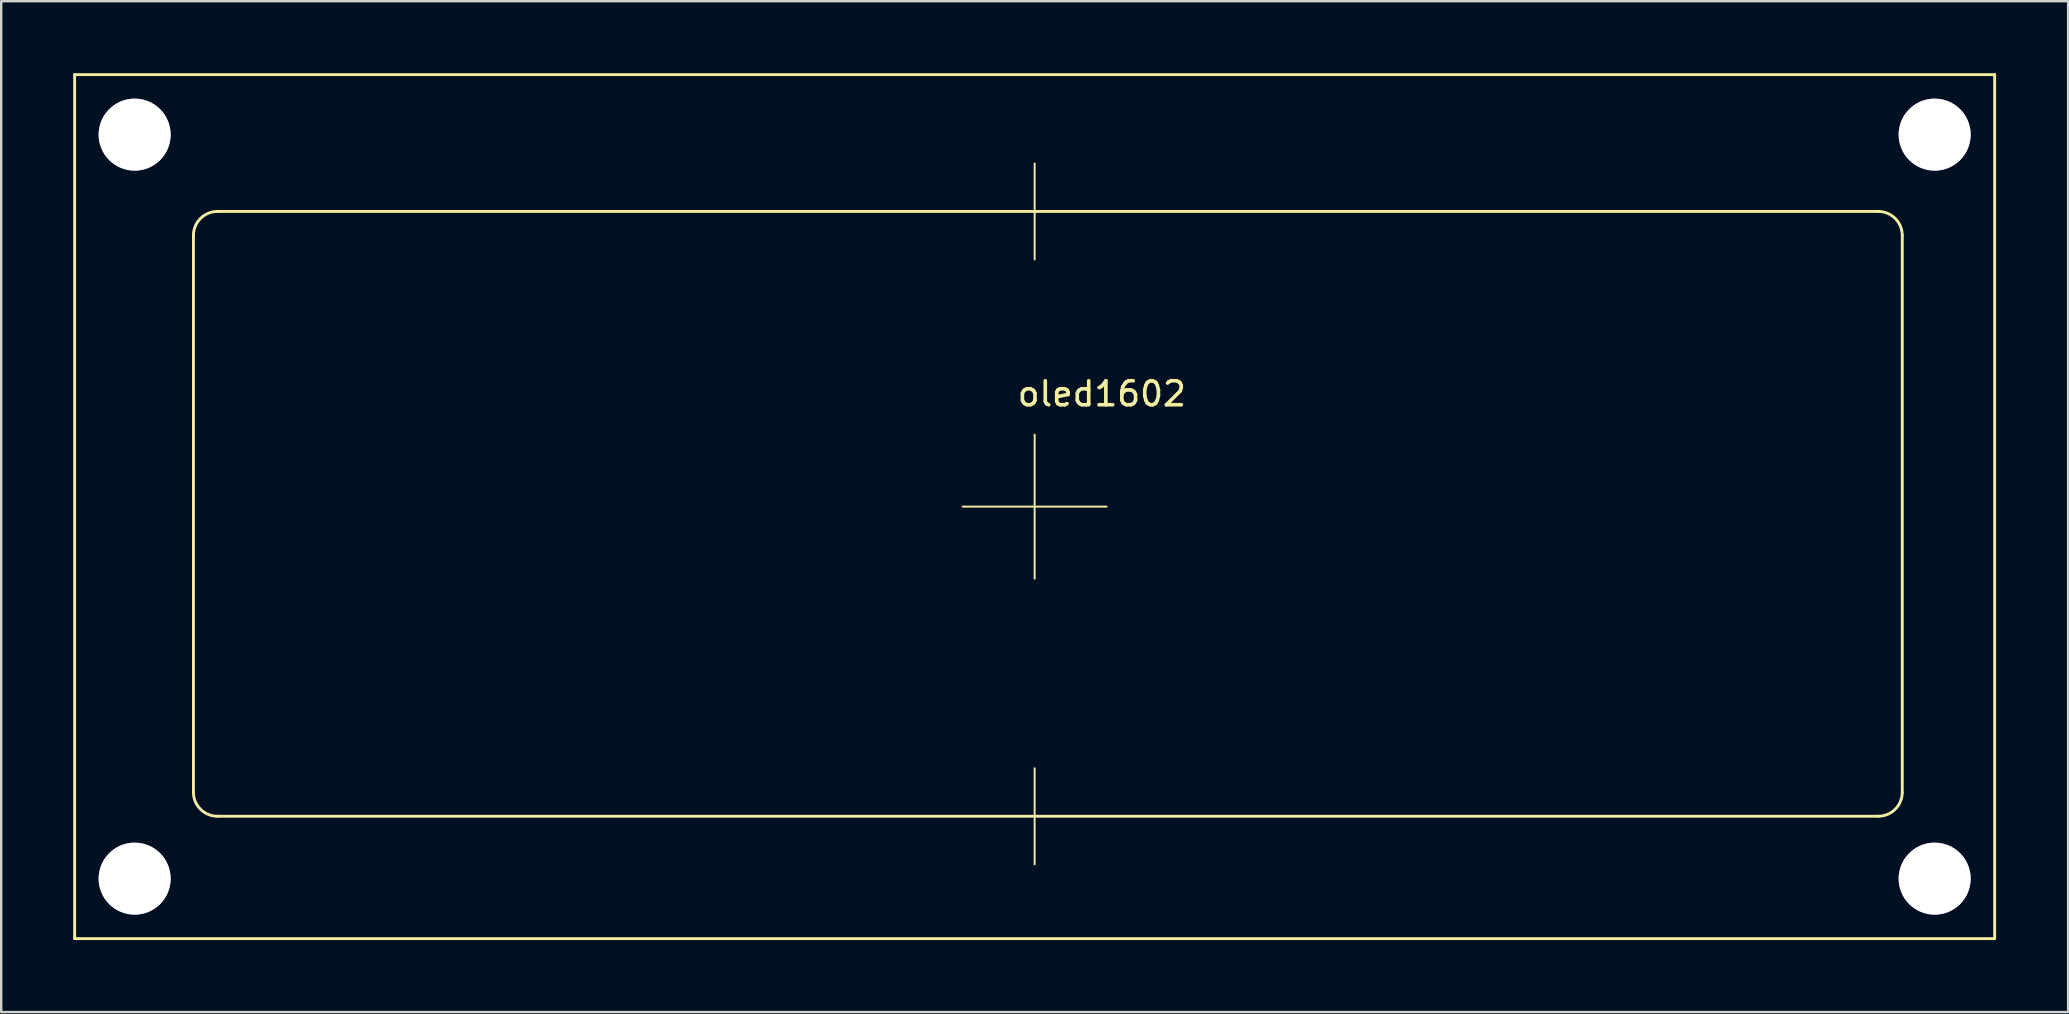
<source format=kicad_pcb>
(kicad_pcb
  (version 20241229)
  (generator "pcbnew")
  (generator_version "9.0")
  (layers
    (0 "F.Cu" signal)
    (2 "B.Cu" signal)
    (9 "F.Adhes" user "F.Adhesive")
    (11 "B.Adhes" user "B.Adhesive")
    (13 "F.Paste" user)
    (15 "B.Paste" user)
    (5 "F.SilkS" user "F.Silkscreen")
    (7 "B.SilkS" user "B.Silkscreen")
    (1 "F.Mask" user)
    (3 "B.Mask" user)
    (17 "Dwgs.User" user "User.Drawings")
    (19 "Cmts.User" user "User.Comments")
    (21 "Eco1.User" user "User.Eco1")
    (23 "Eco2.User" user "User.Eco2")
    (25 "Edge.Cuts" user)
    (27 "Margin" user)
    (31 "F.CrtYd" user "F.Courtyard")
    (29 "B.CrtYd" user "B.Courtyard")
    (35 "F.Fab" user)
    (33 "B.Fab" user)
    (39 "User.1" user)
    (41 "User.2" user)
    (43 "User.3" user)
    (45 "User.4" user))
  (footprint "oled1602"
    (layer "F.Cu")
    (at 40.06 18.06)
    (property "Reference" "oled1602" (at 2.8 -4.7 0) (layer "F.SilkS") (effects (font (size 1 1) (thickness 0.15))))
    (attr through_hole)
    (fp_line (start -40 -18) (end 40 -18) (stroke (width 0.12) (type solid)) (layer "F.SilkS"))
    (fp_line (start -40 18) (end -40 -18) (stroke (width 0.12) (type solid)) (layer "F.SilkS"))
    (fp_line (start -35.05 11.9) (end -35.05 -11.3) (stroke (width 0.12) (type solid)) (layer "F.SilkS"))
    (fp_line (start -34.05 -12.3) (end 35.15 -12.3) (stroke (width 0.12) (type solid)) (layer "F.SilkS"))
    (fp_line (start -3 0) (end 3 0) (stroke (width 0.08) (type solid)) (layer "F.SilkS"))
    (fp_line (start 0 -14.3) (end 0 -10.3) (stroke (width 0.08) (type solid)) (layer "F.SilkS"))
    (fp_line (start 0 -3) (end 0 3) (stroke (width 0.08) (type solid)) (layer "F.SilkS"))
    (fp_line (start 0 10.9) (end 0 14.9) (stroke (width 0.08) (type solid)) (layer "F.SilkS"))
    (fp_line (start 35.15 12.9) (end -34.05 12.9) (stroke (width 0.12) (type solid)) (layer "F.SilkS"))
    (fp_line (start 36.15 -11.3) (end 36.15 11.9) (stroke (width 0.12) (type solid)) (layer "F.SilkS"))
    (fp_line (start 40 -18) (end 40 18) (stroke (width 0.12) (type solid)) (layer "F.SilkS"))
    (fp_line (start 40 18) (end -40 18) (stroke (width 0.12) (type solid)) (layer "F.SilkS"))
    (fp_arc (start -35.05 -11.3) (mid -34.757107 -12.007107) (end -34.05 -12.3) (stroke (width 0.12) (type solid)) (layer "F.SilkS"))
    (fp_arc (start -34.05 12.9) (mid -34.757107 12.607107) (end -35.05 11.9) (stroke (width 0.12) (type solid)) (layer "F.SilkS"))
    (fp_arc (start 35.15 -12.3) (mid 35.857107 -12.007107) (end 36.15 -11.3) (stroke (width 0.12) (type solid)) (layer "F.SilkS"))
    (fp_arc (start 36.15 11.9) (mid 35.857107 12.607107) (end 35.15 12.9) (stroke (width 0.12) (type solid)) (layer "F.SilkS"))
    (pad "" thru_hole oval (at -37.5 -15.5) (size 3 3) (drill 3) (layers "*.Cu" "*.Mask"))
    (pad "" thru_hole oval (at -37.5 15.5) (size 3 3) (drill 3) (layers "*.Cu" "*.Mask"))
    (pad "" thru_hole oval (at 37.5 -15.5) (size 3 3) (drill 3) (layers "*.Cu" "*.Mask"))
    (pad "" thru_hole oval (at 37.5 15.5) (size 3 3) (drill 3) (layers "*.Cu" "*.Mask")))
  (gr_rect
    (start -3 -3)
    (end 83.12 39.12)
    (stroke (width 0.1) (type default))
    (fill no)
    (layer "Edge.Cuts")))
</source>
